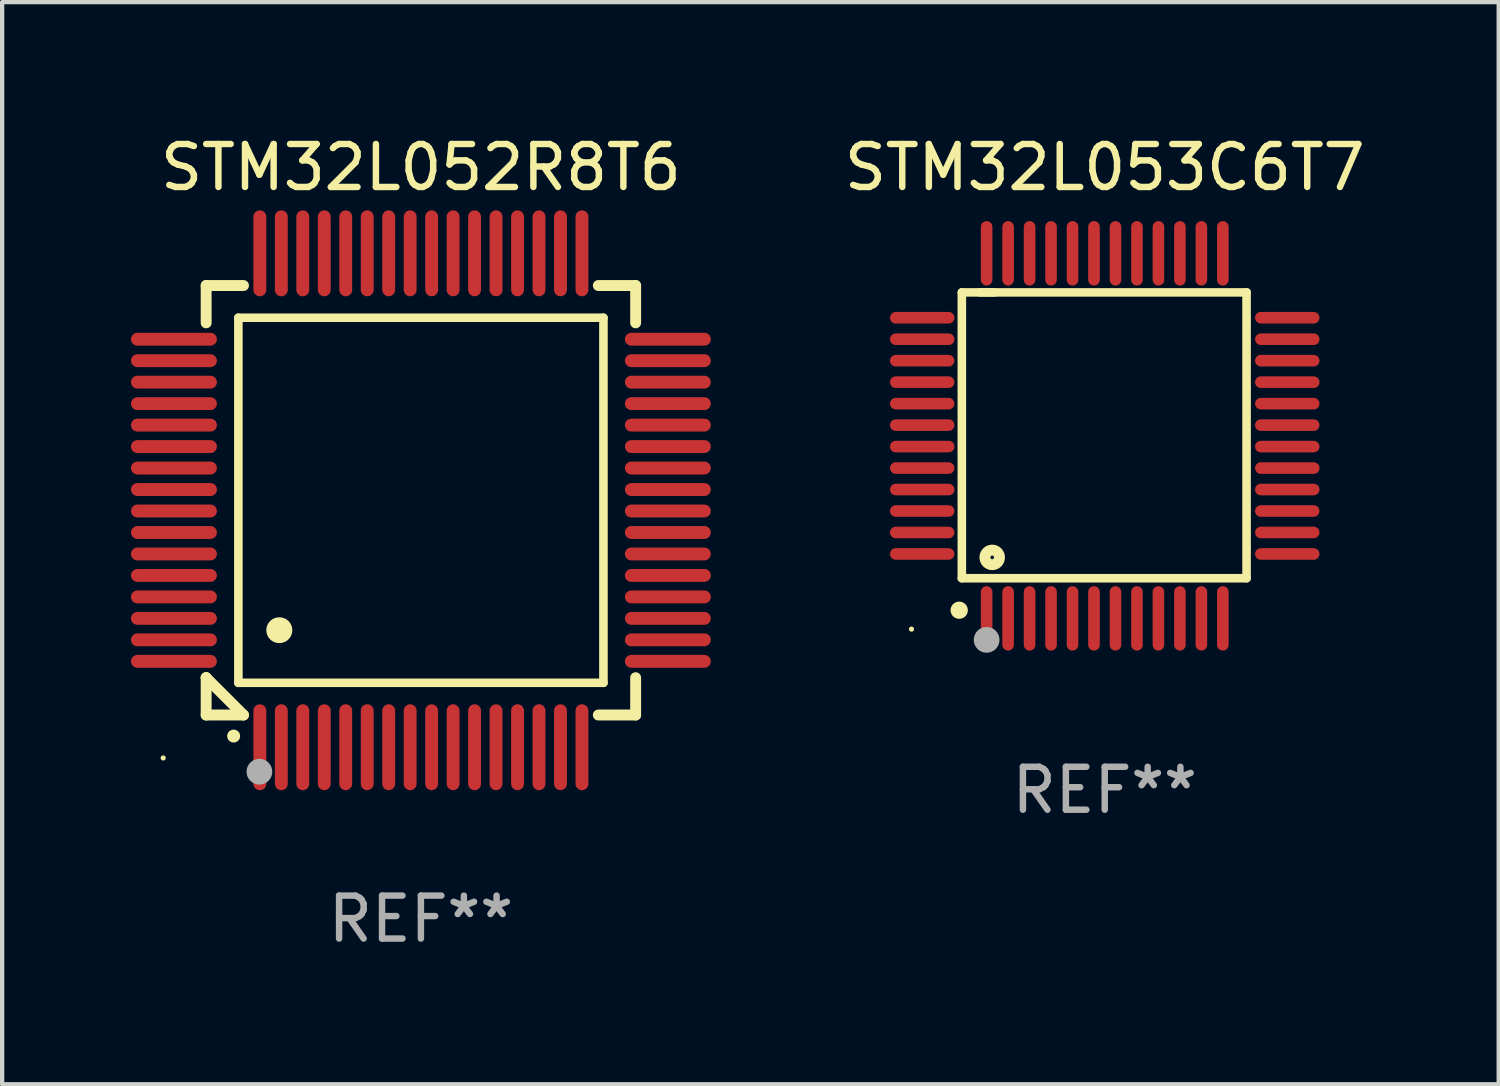
<source format=kicad_pcb>
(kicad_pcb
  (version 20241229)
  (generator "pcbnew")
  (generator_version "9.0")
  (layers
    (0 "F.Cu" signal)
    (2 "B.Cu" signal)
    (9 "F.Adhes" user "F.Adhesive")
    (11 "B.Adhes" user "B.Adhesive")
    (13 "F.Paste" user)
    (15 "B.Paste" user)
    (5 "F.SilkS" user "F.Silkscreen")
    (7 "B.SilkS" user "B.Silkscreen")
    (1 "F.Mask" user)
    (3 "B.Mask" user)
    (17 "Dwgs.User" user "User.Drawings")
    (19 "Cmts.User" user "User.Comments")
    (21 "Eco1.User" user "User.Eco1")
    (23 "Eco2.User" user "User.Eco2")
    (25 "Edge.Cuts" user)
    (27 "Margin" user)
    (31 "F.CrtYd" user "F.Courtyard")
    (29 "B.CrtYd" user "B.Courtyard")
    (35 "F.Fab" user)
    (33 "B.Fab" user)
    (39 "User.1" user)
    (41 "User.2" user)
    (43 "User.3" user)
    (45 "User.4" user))
  (footprint "STM32L052R8T6"
    (layer "F.Cu")
    (at 6.75 8.598)
    (property "Reference" "STM32L052R8T6" (at 0 -7.75 0) (layer "F.SilkS") (effects (font (size 1 1) (thickness 0.15))))
    (attr through_hole)
    (fp_line (start -5 -5) (end -4.131 -5) (stroke (width 0.254) (type solid)) (layer "F.SilkS"))
    (fp_line (start -5 -4.131) (end -5 -5) (stroke (width 0.254) (type solid)) (layer "F.SilkS"))
    (fp_line (start -5 4.131) (end -5 4.131) (stroke (width 0.254) (type solid)) (layer "F.SilkS"))
    (fp_line (start -5 5) (end -5 4.131) (stroke (width 0.254) (type solid)) (layer "F.SilkS"))
    (fp_line (start -5 4.131) (end -4.131 5) (stroke (width 0.254) (type solid)) (layer "F.SilkS"))
    (fp_line (start -4.25 -4.25) (end -4.25 4.25) (stroke (width 0.2) (type solid)) (layer "F.SilkS"))
    (fp_line (start -4.25 4.25) (end 4.25 4.25) (stroke (width 0.2) (type solid)) (layer "F.SilkS"))
    (fp_line (start -4.131 5) (end -5 5) (stroke (width 0.254) (type solid)) (layer "F.SilkS"))
    (fp_line (start 4.25 -4.25) (end -4.25 -4.25) (stroke (width 0.2) (type solid)) (layer "F.SilkS"))
    (fp_line (start 4.25 4.25) (end 4.25 -4.25) (stroke (width 0.2) (type solid)) (layer "F.SilkS"))
    (fp_line (start 5 -5) (end 4.131 -5) (stroke (width 0.254) (type solid)) (layer "F.SilkS"))
    (fp_line (start 5 -5) (end 5 -4.131) (stroke (width 0.254) (type solid)) (layer "F.SilkS"))
    (fp_line (start 5 4.131) (end 5 5) (stroke (width 0.254) (type solid)) (layer "F.SilkS"))
    (fp_line (start 5 5) (end 4.131 5) (stroke (width 0.254) (type solid)) (layer "F.SilkS"))
    (fp_arc (start -4.361265 5.489992) (mid -4.359995 5.489987) (end -4.358725 5.489992) (stroke (width 0.3) (type solid)) (layer "F.SilkS"))
    (fp_arc (start -3.299467 3.025146) (mid -3.296927 3.025135) (end -3.294387 3.025146) (stroke (width 0.6) (type solid)) (layer "F.SilkS"))
    (fp_circle (center -6 6) (end -5.97 6) (stroke (width 0.06) (type solid)) (fill no) (layer "F.SilkS"))
    (fp_circle (center -3.76 6.32) (end -3.61 6.32) (stroke (width 0.3) (type solid)) (fill no) (layer "F.Fab"))
    (fp_text user "REF**" (at 0 9.75 0) (layer "F.Fab") (effects (font (size 1 1) (thickness 0.15))))
    (pad "1" smd oval (at -3.75 5.75) (size 0.3 2) (layers "F.Cu" "F.Mask" "F.Paste"))
    (pad "2" smd oval (at -3.25 5.75) (size 0.3 2) (layers "F.Cu" "F.Mask" "F.Paste"))
    (pad "3" smd oval (at -2.75 5.75) (size 0.3 2) (layers "F.Cu" "F.Mask" "F.Paste"))
    (pad "4" smd oval (at -2.25 5.75) (size 0.3 2) (layers "F.Cu" "F.Mask" "F.Paste"))
    (pad "5" smd oval (at -1.75 5.75) (size 0.3 2) (layers "F.Cu" "F.Mask" "F.Paste"))
    (pad "6" smd oval (at -1.25 5.75) (size 0.3 2) (layers "F.Cu" "F.Mask" "F.Paste"))
    (pad "7" smd oval (at -0.75 5.75) (size 0.3 2) (layers "F.Cu" "F.Mask" "F.Paste"))
    (pad "8" smd oval (at -0.25 5.75) (size 0.3 2) (layers "F.Cu" "F.Mask" "F.Paste"))
    (pad "9" smd oval (at 0.25 5.75) (size 0.3 2) (layers "F.Cu" "F.Mask" "F.Paste"))
    (pad "10" smd oval (at 0.75 5.75) (size 0.3 2) (layers "F.Cu" "F.Mask" "F.Paste"))
    (pad "11" smd oval (at 1.25 5.75) (size 0.3 2) (layers "F.Cu" "F.Mask" "F.Paste"))
    (pad "12" smd oval (at 1.75 5.75) (size 0.3 2) (layers "F.Cu" "F.Mask" "F.Paste"))
    (pad "13" smd oval (at 2.25 5.75) (size 0.3 2) (layers "F.Cu" "F.Mask" "F.Paste"))
    (pad "14" smd oval (at 2.75 5.75) (size 0.3 2) (layers "F.Cu" "F.Mask" "F.Paste"))
    (pad "15" smd oval (at 3.25 5.75) (size 0.3 2) (layers "F.Cu" "F.Mask" "F.Paste"))
    (pad "16" smd oval (at 3.75 5.75) (size 0.3 2) (layers "F.Cu" "F.Mask" "F.Paste"))
    (pad "17" smd oval (at 5.75 3.75) (size 2 0.3) (layers "F.Cu" "F.Mask" "F.Paste"))
    (pad "18" smd oval (at 5.75 3.25) (size 2 0.3) (layers "F.Cu" "F.Mask" "F.Paste"))
    (pad "19" smd oval (at 5.75 2.75) (size 2 0.3) (layers "F.Cu" "F.Mask" "F.Paste"))
    (pad "20" smd oval (at 5.75 2.25) (size 2 0.3) (layers "F.Cu" "F.Mask" "F.Paste"))
    (pad "21" smd oval (at 5.75 1.75) (size 2 0.3) (layers "F.Cu" "F.Mask" "F.Paste"))
    (pad "22" smd oval (at 5.75 1.25) (size 2 0.3) (layers "F.Cu" "F.Mask" "F.Paste"))
    (pad "23" smd oval (at 5.75 0.75) (size 2 0.3) (layers "F.Cu" "F.Mask" "F.Paste"))
    (pad "24" smd oval (at 5.75 0.25) (size 2 0.3) (layers "F.Cu" "F.Mask" "F.Paste"))
    (pad "25" smd oval (at 5.75 -0.25) (size 2 0.3) (layers "F.Cu" "F.Mask" "F.Paste"))
    (pad "26" smd oval (at 5.75 -0.75) (size 2 0.3) (layers "F.Cu" "F.Mask" "F.Paste"))
    (pad "27" smd oval (at 5.75 -1.25) (size 2 0.3) (layers "F.Cu" "F.Mask" "F.Paste"))
    (pad "28" smd oval (at 5.75 -1.75) (size 2 0.3) (layers "F.Cu" "F.Mask" "F.Paste"))
    (pad "29" smd oval (at 5.75 -2.25) (size 2 0.3) (layers "F.Cu" "F.Mask" "F.Paste"))
    (pad "30" smd oval (at 5.75 -2.75) (size 2 0.3) (layers "F.Cu" "F.Mask" "F.Paste"))
    (pad "31" smd oval (at 5.75 -3.25) (size 2 0.3) (layers "F.Cu" "F.Mask" "F.Paste"))
    (pad "32" smd oval (at 5.75 -3.75) (size 2 0.3) (layers "F.Cu" "F.Mask" "F.Paste"))
    (pad "33" smd oval (at 3.75 -5.75) (size 0.3 2) (layers "F.Cu" "F.Mask" "F.Paste"))
    (pad "34" smd oval (at 3.25 -5.75) (size 0.3 2) (layers "F.Cu" "F.Mask" "F.Paste"))
    (pad "35" smd oval (at 2.75 -5.75) (size 0.3 2) (layers "F.Cu" "F.Mask" "F.Paste"))
    (pad "36" smd oval (at 2.25 -5.75) (size 0.3 2) (layers "F.Cu" "F.Mask" "F.Paste"))
    (pad "37" smd oval (at 1.75 -5.75) (size 0.3 2) (layers "F.Cu" "F.Mask" "F.Paste"))
    (pad "38" smd oval (at 1.25 -5.75) (size 0.3 2) (layers "F.Cu" "F.Mask" "F.Paste"))
    (pad "39" smd oval (at 0.75 -5.75) (size 0.3 2) (layers "F.Cu" "F.Mask" "F.Paste"))
    (pad "40" smd oval (at 0.25 -5.75) (size 0.3 2) (layers "F.Cu" "F.Mask" "F.Paste"))
    (pad "41" smd oval (at -0.25 -5.75) (size 0.3 2) (layers "F.Cu" "F.Mask" "F.Paste"))
    (pad "42" smd oval (at -0.75 -5.75) (size 0.3 2) (layers "F.Cu" "F.Mask" "F.Paste"))
    (pad "43" smd oval (at -1.25 -5.75) (size 0.3 2) (layers "F.Cu" "F.Mask" "F.Paste"))
    (pad "44" smd oval (at -1.75 -5.75) (size 0.3 2) (layers "F.Cu" "F.Mask" "F.Paste"))
    (pad "45" smd oval (at -2.25 -5.75) (size 0.3 2) (layers "F.Cu" "F.Mask" "F.Paste"))
    (pad "46" smd oval (at -2.75 -5.75) (size 0.3 2) (layers "F.Cu" "F.Mask" "F.Paste"))
    (pad "47" smd oval (at -3.25 -5.75) (size 0.3 2) (layers "F.Cu" "F.Mask" "F.Paste"))
    (pad "48" smd oval (at -3.75 -5.75) (size 0.3 2) (layers "F.Cu" "F.Mask" "F.Paste"))
    (pad "49" smd oval (at -5.75 -3.75) (size 2 0.3) (layers "F.Cu" "F.Mask" "F.Paste"))
    (pad "50" smd oval (at -5.75 -3.25) (size 2 0.3) (layers "F.Cu" "F.Mask" "F.Paste"))
    (pad "51" smd oval (at -5.75 -2.75) (size 2 0.3) (layers "F.Cu" "F.Mask" "F.Paste"))
    (pad "52" smd oval (at -5.75 -2.25) (size 2 0.3) (layers "F.Cu" "F.Mask" "F.Paste"))
    (pad "53" smd oval (at -5.75 -1.75) (size 2 0.3) (layers "F.Cu" "F.Mask" "F.Paste"))
    (pad "54" smd oval (at -5.75 -1.25) (size 2 0.3) (layers "F.Cu" "F.Mask" "F.Paste"))
    (pad "55" smd oval (at -5.75 -0.75) (size 2 0.3) (layers "F.Cu" "F.Mask" "F.Paste"))
    (pad "56" smd oval (at -5.75 -0.25) (size 2 0.3) (layers "F.Cu" "F.Mask" "F.Paste"))
    (pad "57" smd oval (at -5.75 0.25) (size 2 0.3) (layers "F.Cu" "F.Mask" "F.Paste"))
    (pad "58" smd oval (at -5.75 0.75) (size 2 0.3) (layers "F.Cu" "F.Mask" "F.Paste"))
    (pad "59" smd oval (at -5.75 1.25) (size 2 0.3) (layers "F.Cu" "F.Mask" "F.Paste"))
    (pad "60" smd oval (at -5.75 1.75) (size 2 0.3) (layers "F.Cu" "F.Mask" "F.Paste"))
    (pad "61" smd oval (at -5.75 2.25) (size 2 0.3) (layers "F.Cu" "F.Mask" "F.Paste"))
    (pad "62" smd oval (at -5.75 2.75) (size 2 0.3) (layers "F.Cu" "F.Mask" "F.Paste"))
    (pad "63" smd oval (at -5.75 3.25) (size 2 0.3) (layers "F.Cu" "F.Mask" "F.Paste"))
    (pad "64" smd oval (at -5.75 3.75) (size 2 0.3) (layers "F.Cu" "F.Mask" "F.Paste")))
  (footprint "STM32L053C6T7"
    (layer "F.Cu")
    (at 22.672 7.098)
    (property "Reference" "STM32L053C6T7" (at 0 -6.25 0) (layer "F.SilkS") (effects (font (size 1 1) (thickness 0.15))))
    (attr through_hole)
    (fp_line (start -3.327 -3.34) (end -2.565 -3.34) (stroke (width 0.2) (type solid)) (layer "F.SilkS"))
    (fp_line (start -3.327 3.315) (end -3.327 -3.34) (stroke (width 0.2) (type solid)) (layer "F.SilkS"))
    (fp_line (start -2.896 -3.34) (end 3.302 -3.34) (stroke (width 0.2) (type solid)) (layer "F.SilkS"))
    (fp_line (start 3.302 -3.34) (end 3.302 3.315) (stroke (width 0.2) (type solid)) (layer "F.SilkS"))
    (fp_line (start 3.302 3.315) (end -3.327 3.315) (stroke (width 0.2) (type solid)) (layer "F.SilkS"))
    (fp_arc (start -3.389992 4.059995) (mid -3.388722 4.059991) (end -3.387452 4.059995) (stroke (width 0.4) (type solid)) (layer "F.SilkS"))
    (fp_circle (center -4.5 4.5) (end -4.47 4.5) (stroke (width 0.06) (type solid)) (fill no) (layer "F.SilkS"))
    (fp_circle (center -2.62 2.83) (end -2.45 2.83) (stroke (width 0.254) (type solid)) (fill no) (layer "F.SilkS"))
    (fp_circle (center -2.75 4.75) (end -2.6 4.75) (stroke (width 0.3) (type solid)) (fill no) (layer "F.Fab"))
    (fp_text user "REF**" (at 0 8.25 0) (layer "F.Fab") (effects (font (size 1 1) (thickness 0.15))))
    (pad "1" smd oval (at -2.75 4.25) (size 0.27 1.5) (layers "F.Cu" "F.Mask" "F.Paste"))
    (pad "2" smd oval (at -2.25 4.25) (size 0.27 1.5) (layers "F.Cu" "F.Mask" "F.Paste"))
    (pad "3" smd oval (at -1.75 4.25) (size 0.27 1.5) (layers "F.Cu" "F.Mask" "F.Paste"))
    (pad "4" smd oval (at -1.25 4.25) (size 0.27 1.5) (layers "F.Cu" "F.Mask" "F.Paste"))
    (pad "5" smd oval (at -0.75 4.25) (size 0.27 1.5) (layers "F.Cu" "F.Mask" "F.Paste"))
    (pad "6" smd oval (at -0.25 4.25) (size 0.27 1.5) (layers "F.Cu" "F.Mask" "F.Paste"))
    (pad "7" smd oval (at 0.25 4.25) (size 0.27 1.5) (layers "F.Cu" "F.Mask" "F.Paste"))
    (pad "8" smd oval (at 0.75 4.25) (size 0.27 1.5) (layers "F.Cu" "F.Mask" "F.Paste"))
    (pad "9" smd oval (at 1.25 4.25) (size 0.27 1.5) (layers "F.Cu" "F.Mask" "F.Paste"))
    (pad "10" smd oval (at 1.75 4.25) (size 0.27 1.5) (layers "F.Cu" "F.Mask" "F.Paste"))
    (pad "11" smd oval (at 2.25 4.25) (size 0.27 1.5) (layers "F.Cu" "F.Mask" "F.Paste"))
    (pad "12" smd oval (at 2.75 4.25) (size 0.27 1.5) (layers "F.Cu" "F.Mask" "F.Paste"))
    (pad "13" smd oval (at 4.25 2.75) (size 1.5 0.27) (layers "F.Cu" "F.Mask" "F.Paste"))
    (pad "14" smd oval (at 4.25 2.25) (size 1.5 0.27) (layers "F.Cu" "F.Mask" "F.Paste"))
    (pad "15" smd oval (at 4.25 1.75) (size 1.5 0.27) (layers "F.Cu" "F.Mask" "F.Paste"))
    (pad "16" smd oval (at 4.25 1.25) (size 1.5 0.27) (layers "F.Cu" "F.Mask" "F.Paste"))
    (pad "17" smd oval (at 4.25 0.75) (size 1.5 0.27) (layers "F.Cu" "F.Mask" "F.Paste"))
    (pad "18" smd oval (at 4.25 0.25) (size 1.5 0.27) (layers "F.Cu" "F.Mask" "F.Paste"))
    (pad "19" smd oval (at 4.25 -0.25) (size 1.5 0.27) (layers "F.Cu" "F.Mask" "F.Paste"))
    (pad "20" smd oval (at 4.25 -0.75) (size 1.5 0.27) (layers "F.Cu" "F.Mask" "F.Paste"))
    (pad "21" smd oval (at 4.25 -1.25) (size 1.5 0.27) (layers "F.Cu" "F.Mask" "F.Paste"))
    (pad "22" smd oval (at 4.25 -1.75) (size 1.5 0.27) (layers "F.Cu" "F.Mask" "F.Paste"))
    (pad "23" smd oval (at 4.25 -2.25) (size 1.5 0.27) (layers "F.Cu" "F.Mask" "F.Paste"))
    (pad "24" smd oval (at 4.25 -2.75) (size 1.5 0.27) (layers "F.Cu" "F.Mask" "F.Paste"))
    (pad "25" smd oval (at 2.75 -4.25) (size 0.27 1.5) (layers "F.Cu" "F.Mask" "F.Paste"))
    (pad "26" smd oval (at 2.25 -4.25) (size 0.27 1.5) (layers "F.Cu" "F.Mask" "F.Paste"))
    (pad "27" smd oval (at 1.75 -4.25) (size 0.27 1.5) (layers "F.Cu" "F.Mask" "F.Paste"))
    (pad "28" smd oval (at 1.25 -4.25) (size 0.27 1.5) (layers "F.Cu" "F.Mask" "F.Paste"))
    (pad "29" smd oval (at 0.75 -4.25) (size 0.27 1.5) (layers "F.Cu" "F.Mask" "F.Paste"))
    (pad "30" smd oval (at 0.25 -4.25) (size 0.27 1.5) (layers "F.Cu" "F.Mask" "F.Paste"))
    (pad "31" smd oval (at -0.25 -4.25) (size 0.27 1.5) (layers "F.Cu" "F.Mask" "F.Paste"))
    (pad "32" smd oval (at -0.75 -4.25) (size 0.27 1.5) (layers "F.Cu" "F.Mask" "F.Paste"))
    (pad "33" smd oval (at -1.25 -4.25) (size 0.27 1.5) (layers "F.Cu" "F.Mask" "F.Paste"))
    (pad "34" smd oval (at -1.75 -4.25) (size 0.27 1.5) (layers "F.Cu" "F.Mask" "F.Paste"))
    (pad "35" smd oval (at -2.25 -4.25) (size 0.27 1.5) (layers "F.Cu" "F.Mask" "F.Paste"))
    (pad "36" smd oval (at -2.75 -4.25) (size 0.27 1.5) (layers "F.Cu" "F.Mask" "F.Paste"))
    (pad "37" smd oval (at -4.25 -2.75) (size 1.5 0.27) (layers "F.Cu" "F.Mask" "F.Paste"))
    (pad "38" smd oval (at -4.25 -2.25) (size 1.5 0.27) (layers "F.Cu" "F.Mask" "F.Paste"))
    (pad "39" smd oval (at -4.25 -1.75) (size 1.5 0.27) (layers "F.Cu" "F.Mask" "F.Paste"))
    (pad "40" smd oval (at -4.25 -1.25) (size 1.5 0.27) (layers "F.Cu" "F.Mask" "F.Paste"))
    (pad "41" smd oval (at -4.25 -0.75) (size 1.5 0.27) (layers "F.Cu" "F.Mask" "F.Paste"))
    (pad "42" smd oval (at -4.25 -0.25) (size 1.5 0.27) (layers "F.Cu" "F.Mask" "F.Paste"))
    (pad "43" smd oval (at -4.25 0.25) (size 1.5 0.27) (layers "F.Cu" "F.Mask" "F.Paste"))
    (pad "44" smd oval (at -4.25 0.75) (size 1.5 0.27) (layers "F.Cu" "F.Mask" "F.Paste"))
    (pad "45" smd oval (at -4.25 1.25) (size 1.5 0.27) (layers "F.Cu" "F.Mask" "F.Paste"))
    (pad "46" smd oval (at -4.25 1.75) (size 1.5 0.27) (layers "F.Cu" "F.Mask" "F.Paste"))
    (pad "47" smd oval (at -4.25 2.25) (size 1.5 0.27) (layers "F.Cu" "F.Mask" "F.Paste"))
    (pad "48" smd oval (at -4.25 2.75) (size 1.5 0.27) (layers "F.Cu" "F.Mask" "F.Paste")))
  (gr_rect
    (start -3 -3)
    (end 31.845 22.196)
    (stroke (width 0.1) (type default))
    (fill no)
    (layer "Edge.Cuts")))
</source>
